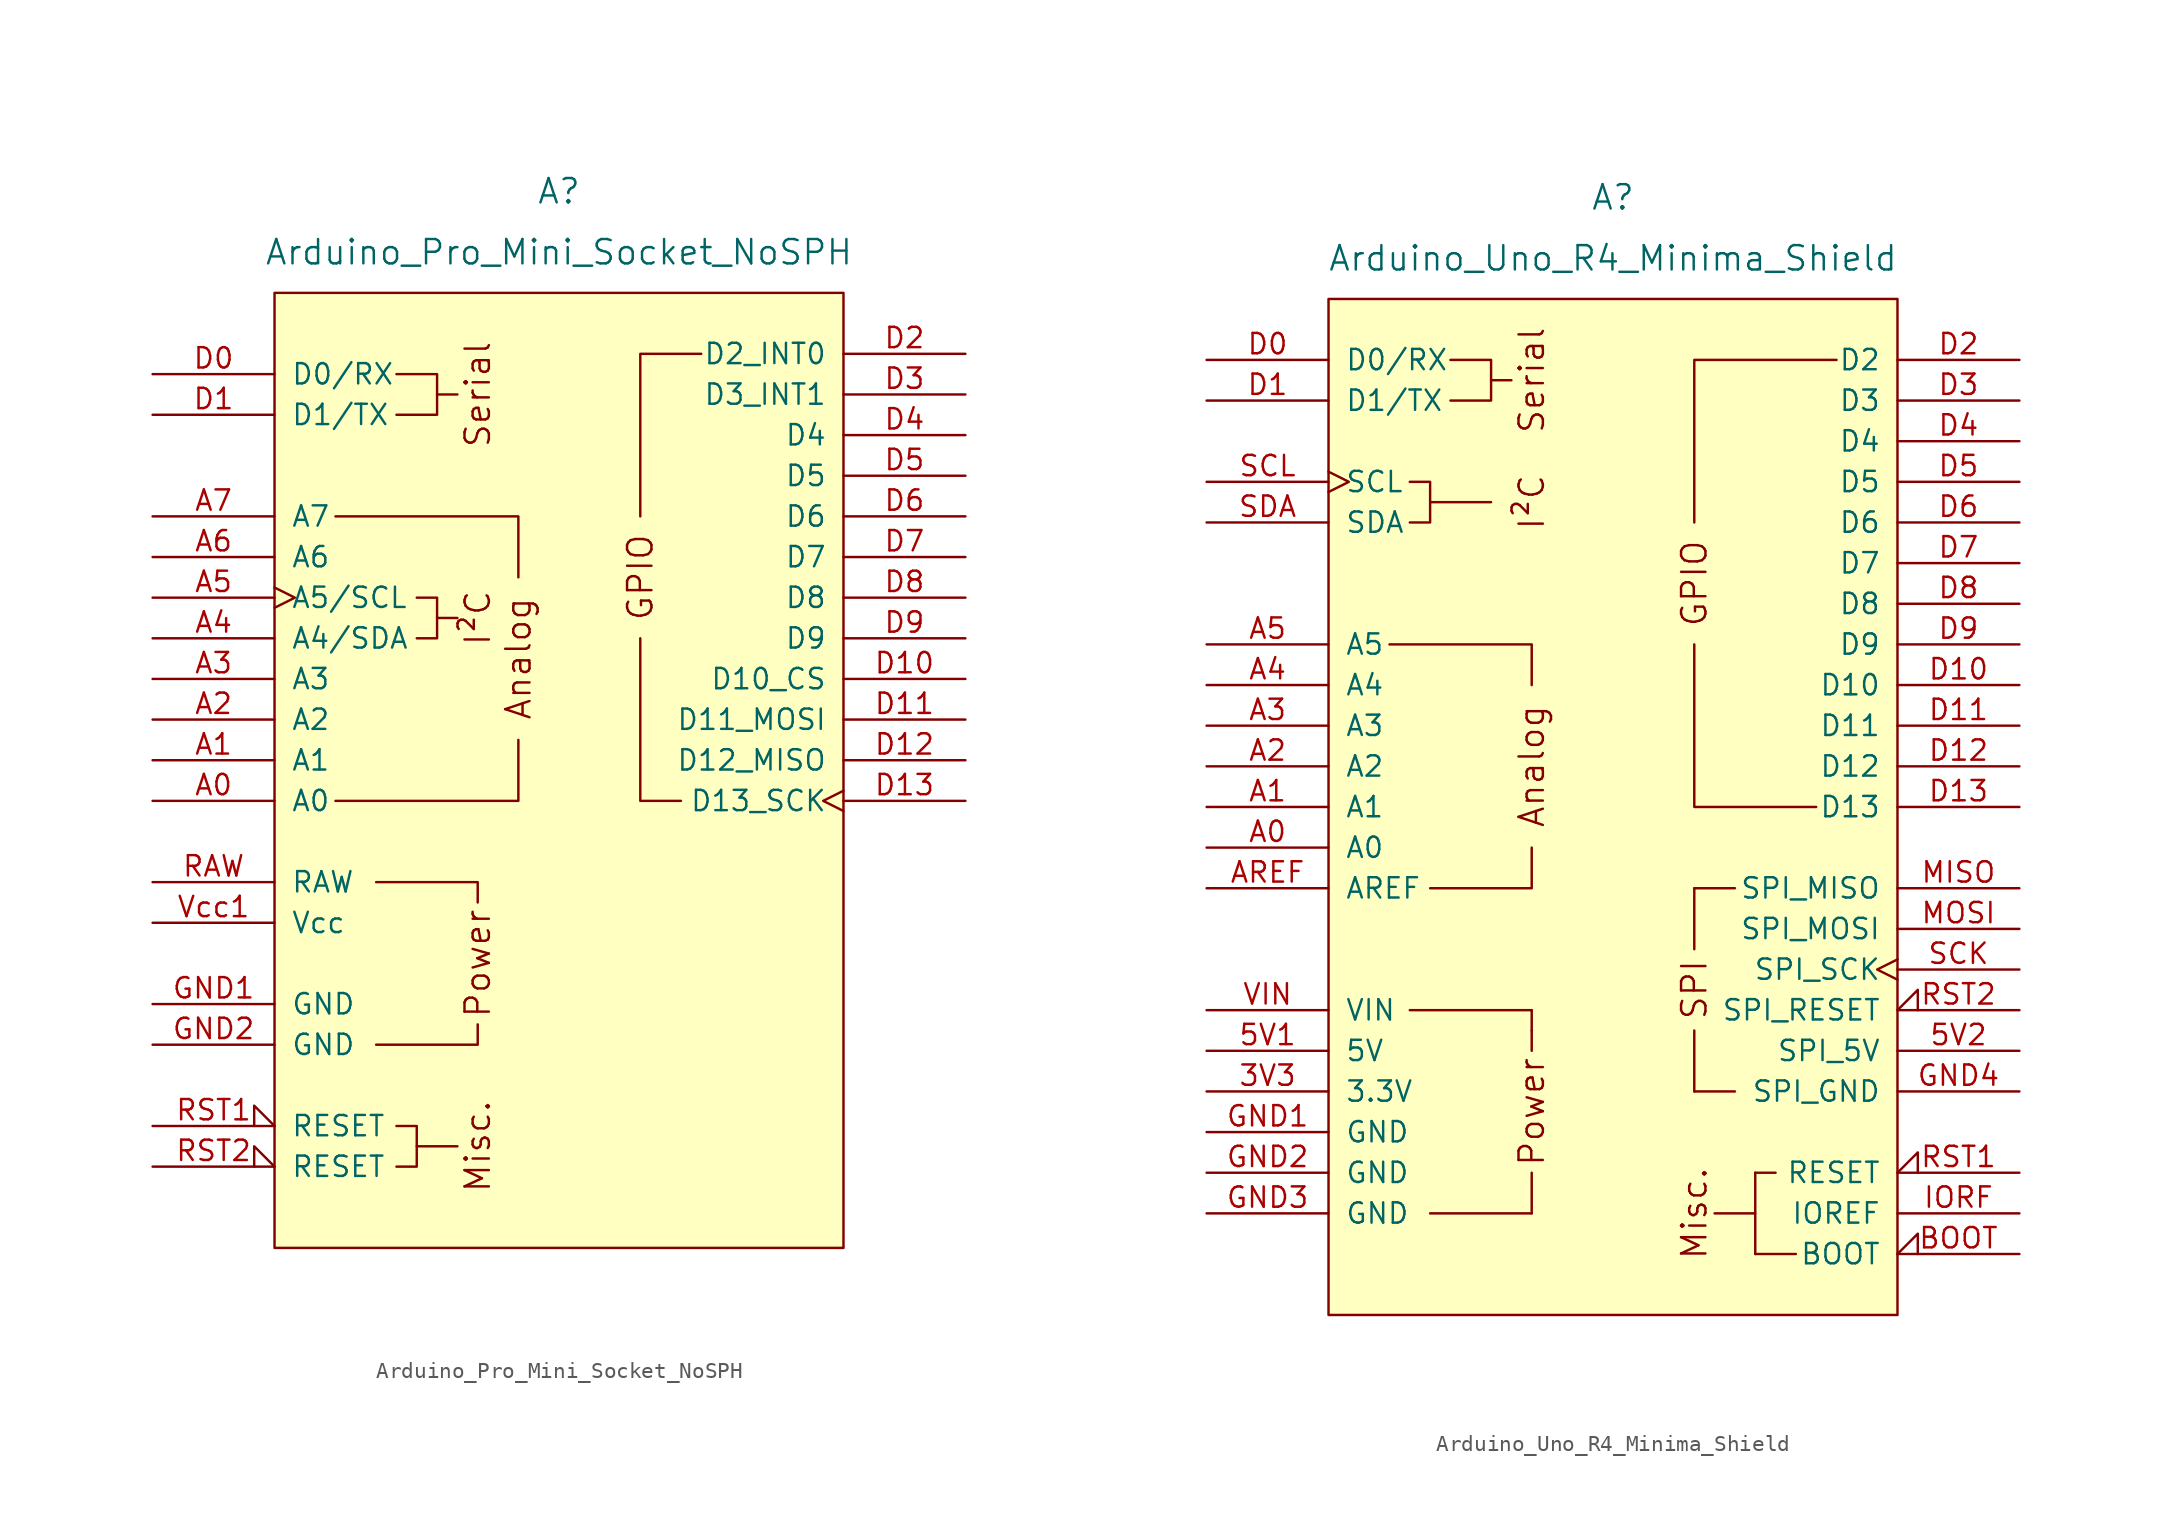
<source format=kicad_sym>
(kicad_symbol_lib
  (version 20220914)
  (generator kicad_symbol_editor)
  (symbol "Arduino_Pro_Mini_Socket_NoSPH"
    (pin_names
      (offset 1.016))
    (property "Reference" "A"
      (at 0 36.83 0)
      (effects (font (size 1.524 1.524))))
    (property "Value" "Arduino_Pro_Mini_Socket_NoSPH"
      (at 0 33.02 0)
      (effects (font (size 1.524 1.524))))
    (symbol "Arduino_Pro_Mini_Socket_NoSPH_0_0"
      (rectangle (start -17.78 30.48) (end 17.78 -29.21) (stroke (width 0) (type default)) (fill (type background)))
      (polyline (pts (xy -7.62 10.16) (xy -6.35 10.16)) (stroke (width 0) (type default)) (fill (type none)))
      (polyline (pts (xy -7.62 24.13) (xy -6.35 24.13)) (stroke (width 0) (type default)) (fill (type none)))
      (polyline (pts (xy -6.35 -22.86) (xy -8.89 -22.86)) (stroke (width 0) (type default)) (fill (type none)))
      (polyline (pts (xy -11.43 -16.51) (xy -5.08 -16.51) (xy -5.08 -15.24)) (stroke (width 0) (type default)) (fill (type none)))
      (polyline (pts (xy -5.08 -7.62) (xy -5.08 -6.35) (xy -11.43 -6.35)) (stroke (width 0) (type default)) (fill (type none)))
      (polyline (pts (xy -2.54 2.54) (xy -2.54 -1.27) (xy -13.97 -1.27)) (stroke (width 0) (type default)) (fill (type none)))
      (polyline (pts (xy -2.54 12.7) (xy -2.54 16.51) (xy -13.97 16.51)) (stroke (width 0) (type default)) (fill (type none)))
      (polyline (pts (xy -10.16 25.4) (xy -7.62 25.4) (xy -7.62 22.86) (xy -10.16 22.86)) (stroke (width 0) (type default)) (fill (type none)))
      (polyline (pts (xy -8.89 11.43) (xy -7.62 11.43) (xy -7.62 8.89) (xy -8.89 8.89)) (stroke (width 0) (type default)) (fill (type none)))
      (text "Analog" (at -2.54 7.62 900) (effects (font (size 1.524 1.524))))
      (text "I²C" (at -5.08 10.16 900) (effects (font (size 1.524 1.524))))
      (text "Misc." (at -5.08 -22.86 900) (effects (font (size 1.524 1.524))))
      (text "Power" (at -5.08 -11.43 900) (effects (font (size 1.524 1.524))))
      (text "Serial" (at -5.08 24.13 900) (effects (font (size 1.524 1.524)))))
    (symbol "Arduino_Pro_Mini_Socket_NoSPH_0_1"
      (polyline (pts (xy 7.62 -1.27) (xy 5.08 -1.27) (xy 5.08 8.89)) (stroke (width 0) (type default)) (fill (type none)))
      (polyline (pts (xy 8.89 26.67) (xy 5.08 26.67) (xy 5.08 16.51)) (stroke (width 0) (type default)) (fill (type none)))
      (polyline (pts (xy -10.16 -24.13) (xy -8.89 -24.13) (xy -8.89 -21.59) (xy -10.16 -21.59)) (stroke (width 0) (type default)) (fill (type none))))
    (symbol "Arduino_Pro_Mini_Socket_NoSPH_1_0"
      (text "GPIO" (at 5.08 12.7 900) (effects (font (size 1.524 1.524)))))
    (symbol "Arduino_Pro_Mini_Socket_NoSPH_1_1"
      (pin bidirectional line (at -25.4 -1.27 0) (length 7.62) (name "A0" (effects (font (size 1.27 1.27)))) (number "A0" (effects (font (size 1.27 1.27)))))
      (pin bidirectional line (at -25.4 1.27 0) (length 7.62) (name "A1" (effects (font (size 1.27 1.27)))) (number "A1" (effects (font (size 1.27 1.27)))))
      (pin bidirectional line (at -25.4 3.81 0) (length 7.62) (name "A2" (effects (font (size 1.27 1.27)))) (number "A2" (effects (font (size 1.27 1.27)))))
      (pin bidirectional line (at -25.4 6.35 0) (length 7.62) (name "A3" (effects (font (size 1.27 1.27)))) (number "A3" (effects (font (size 1.27 1.27)))))
      (pin bidirectional line (at -25.4 8.89 0) (length 7.62) (name "A4/SDA" (effects (font (size 1.27 1.27)))) (number "A4" (effects (font (size 1.27 1.27)))))
      (pin bidirectional clock (at -25.4 11.43 0) (length 7.62) (name "A5/SCL" (effects (font (size 1.27 1.27)))) (number "A5" (effects (font (size 1.27 1.27)))))
      (pin input line (at -25.4 13.97 0) (length 7.62) (name "A6" (effects (font (size 1.27 1.27)))) (number "A6" (effects (font (size 1.27 1.27)))))
      (pin input line (at -25.4 16.51 0) (length 7.62) (name "A7" (effects (font (size 1.27 1.27)))) (number "A7" (effects (font (size 1.27 1.27)))))
      (pin bidirectional line (at -25.4 25.4 0) (length 7.62) (name "D0/RX" (effects (font (size 1.27 1.27)))) (number "D0" (effects (font (size 1.27 1.27)))))
      (pin bidirectional line (at -25.4 22.86 0) (length 7.62) (name "D1/TX" (effects (font (size 1.27 1.27)))) (number "D1" (effects (font (size 1.27 1.27)))))
      (pin bidirectional line (at 25.4 6.35 180) (length 7.62) (name "D10_CS" (effects (font (size 1.27 1.27)))) (number "D10" (effects (font (size 1.27 1.27)))))
      (pin bidirectional line (at 25.4 3.81 180) (length 7.62) (name "D11_MOSI" (effects (font (size 1.27 1.27)))) (number "D11" (effects (font (size 1.27 1.27)))))
      (pin bidirectional line (at 25.4 1.27 180) (length 7.62) (name "D12_MISO" (effects (font (size 1.27 1.27)))) (number "D12" (effects (font (size 1.27 1.27)))))
      (pin bidirectional clock (at 25.4 -1.27 180) (length 7.62) (name "D13_SCK" (effects (font (size 1.27 1.27)))) (number "D13" (effects (font (size 1.27 1.27)))))
      (pin bidirectional line (at 25.4 26.67 180) (length 7.62) (name "D2_INT0" (effects (font (size 1.27 1.27)))) (number "D2" (effects (font (size 1.27 1.27)))))
      (pin bidirectional line (at 25.4 24.13 180) (length 7.62) (name "D3_INT1" (effects (font (size 1.27 1.27)))) (number "D3" (effects (font (size 1.27 1.27)))))
      (pin bidirectional line (at 25.4 21.59 180) (length 7.62) (name "D4" (effects (font (size 1.27 1.27)))) (number "D4" (effects (font (size 1.27 1.27)))))
      (pin bidirectional line (at 25.4 19.05 180) (length 7.62) (name "D5" (effects (font (size 1.27 1.27)))) (number "D5" (effects (font (size 1.27 1.27)))))
      (pin bidirectional line (at 25.4 16.51 180) (length 7.62) (name "D6" (effects (font (size 1.27 1.27)))) (number "D6" (effects (font (size 1.27 1.27)))))
      (pin bidirectional line (at 25.4 13.97 180) (length 7.62) (name "D7" (effects (font (size 1.27 1.27)))) (number "D7" (effects (font (size 1.27 1.27)))))
      (pin bidirectional line (at 25.4 11.43 180) (length 7.62) (name "D8" (effects (font (size 1.27 1.27)))) (number "D8" (effects (font (size 1.27 1.27)))))
      (pin bidirectional line (at 25.4 8.89 180) (length 7.62) (name "D9" (effects (font (size 1.27 1.27)))) (number "D9" (effects (font (size 1.27 1.27)))))
      (pin power_in line (at -25.4 -13.97 0) (length 7.62) (name "GND" (effects (font (size 1.27 1.27)))) (number "GND1" (effects (font (size 1.27 1.27)))))
      (pin power_in line (at -25.4 -16.51 0) (length 7.62) (name "GND" (effects (font (size 1.27 1.27)))) (number "GND2" (effects (font (size 1.27 1.27)))))
      (pin power_in line (at -25.4 -6.35 0) (length 7.62) (name "RAW" (effects (font (size 1.27 1.27)))) (number "RAW" (effects (font (size 1.27 1.27)))))
      (pin open_collector input_low (at -25.4 -21.59 0) (length 7.62) (name "RESET" (effects (font (size 1.27 1.27)))) (number "RST1" (effects (font (size 1.27 1.27)))))
      (pin open_collector input_low (at -25.4 -24.13 0) (length 7.62) (name "RESET" (effects (font (size 1.27 1.27)))) (number "RST2" (effects (font (size 1.27 1.27)))))
      (pin power_in line (at -25.4 -8.89 0) (length 7.62) (name "Vcc" (effects (font (size 1.27 1.27)))) (number "Vcc1" (effects (font (size 1.27 1.27)))))))
  (symbol "Arduino_Uno_R4_Minima_Shield"
    (pin_names
      (offset 1.016))
    (property "Reference" "A"
      (at 0 38.1 0)
      (effects (font (size 1.524 1.524))))
    (property "Value" "Arduino_Uno_R4_Minima_Shield"
      (at 0 34.29 0)
      (effects (font (size 1.524 1.524))))
    (symbol "Arduino_Uno_R4_Minima_Shield_0_0"
      (rectangle (start -17.78 31.75) (end 17.78 -31.75) (stroke (width 0) (type default)) (fill (type background)))
      (rectangle (start -12.7 -12.7) (end -5.08 -12.7) (stroke (width 0) (type default)) (fill (type none)))
      (rectangle (start -11.43 -25.4) (end -5.08 -25.4) (stroke (width 0) (type default)) (fill (type none)))
      (polyline (pts (xy -11.43 19.05) (xy -7.62 19.05)) (stroke (width 0) (type default)) (fill (type none)))
      (polyline (pts (xy -7.62 26.67) (xy -6.35 26.67)) (stroke (width 0) (type default)) (fill (type none)))
      (polyline (pts (xy -5.08 -25.4) (xy -5.08 -22.86)) (stroke (width 0) (type default)) (fill (type none)))
      (polyline (pts (xy -5.08 -13.97) (xy -5.08 -15.24)) (stroke (width 0) (type default)) (fill (type none)))
      (polyline (pts (xy -5.08 -12.7) (xy -5.08 -13.97)) (stroke (width 0) (type default)) (fill (type none)))
      (polyline (pts (xy -5.08 -2.54) (xy -5.08 -5.08) (xy -11.43 -5.08)) (stroke (width 0) (type default)) (fill (type none)))
      (polyline (pts (xy -5.08 7.62) (xy -5.08 10.16) (xy -13.97 10.16)) (stroke (width 0) (type default)) (fill (type none)))
      (polyline (pts (xy 5.08 10.16) (xy 5.08 0) (xy 12.7 0)) (stroke (width 0) (type default)) (fill (type none)))
      (polyline (pts (xy 5.08 17.78) (xy 5.08 27.94) (xy 13.97 27.94)) (stroke (width 0) (type default)) (fill (type none)))
      (polyline (pts (xy -12.7 20.32) (xy -11.43 20.32) (xy -11.43 17.78) (xy -12.7 17.78)) (stroke (width 0) (type default)) (fill (type none)))
      (polyline (pts (xy -10.16 27.94) (xy -7.62 27.94) (xy -7.62 25.4) (xy -10.16 25.4)) (stroke (width 0) (type default)) (fill (type none)))
      (rectangle (start 5.08 -17.78) (end 5.08 -13.97) (stroke (width 0) (type default)) (fill (type none)))
      (rectangle (start 5.08 -17.78) (end 7.62 -17.78) (stroke (width 0) (type default)) (fill (type none)))
      (rectangle (start 5.08 -8.89) (end 5.08 -5.08) (stroke (width 0) (type default)) (fill (type none)))
      (rectangle (start 7.62 -5.08) (end 5.08 -5.08) (stroke (width 0) (type default)) (fill (type none)))
      (rectangle (start 8.89 -27.94) (end 11.43 -27.94) (stroke (width 0) (type default)) (fill (type none)))
      (rectangle (start 8.89 -25.4) (end 6.35 -25.4) (stroke (width 0) (type default)) (fill (type none)))
      (rectangle (start 8.89 -22.86) (end 8.89 -27.94) (stroke (width 0) (type default)) (fill (type none)))
      (rectangle (start 10.16 -22.86) (end 8.89 -22.86) (stroke (width 0) (type default)) (fill (type none)))
      (text "Analog" (at -5.08 2.54 900) (effects (font (size 1.524 1.524))))
      (text "I²C" (at -5.08 19.05 900) (effects (font (size 1.524 1.524))))
      (text "Misc." (at 5.08 -25.4 900) (effects (font (size 1.524 1.524))))
      (text "Power" (at -5.08 -19.05 900) (effects (font (size 1.524 1.524))))
      (text "Serial" (at -5.08 26.67 900) (effects (font (size 1.524 1.524))))
      (text "SPI" (at 5.08 -11.43 900) (effects (font (size 1.524 1.524)))))
    (symbol "Arduino_Uno_R4_Minima_Shield_1_0"
      (text "GPIO" (at 5.08 13.97 900) (effects (font (size 1.524 1.524)))))
    (symbol "Arduino_Uno_R4_Minima_Shield_1_1"
      (pin power_out line (at -25.4 -17.78 0) (length 7.62) (name "3.3V" (effects (font (size 1.27 1.27)))) (number "3V3" (effects (font (size 1.27 1.27)))))
      (pin power_in line (at -25.4 -15.24 0) (length 7.62) (name "5V" (effects (font (size 1.27 1.27)))) (number "5V1" (effects (font (size 1.27 1.27)))))
      (pin power_in line (at 25.4 -15.24 180) (length 7.62) (name "SPI_5V" (effects (font (size 1.27 1.27)))) (number "5V2" (effects (font (size 1.27 1.27)))))
      (pin bidirectional line (at -25.4 -2.54 0) (length 7.62) (name "A0" (effects (font (size 1.27 1.27)))) (number "A0" (effects (font (size 1.27 1.27)))))
      (pin bidirectional line (at -25.4 0 0) (length 7.62) (name "A1" (effects (font (size 1.27 1.27)))) (number "A1" (effects (font (size 1.27 1.27)))))
      (pin bidirectional line (at -25.4 2.54 0) (length 7.62) (name "A2" (effects (font (size 1.27 1.27)))) (number "A2" (effects (font (size 1.27 1.27)))))
      (pin bidirectional line (at -25.4 5.08 0) (length 7.62) (name "A3" (effects (font (size 1.27 1.27)))) (number "A3" (effects (font (size 1.27 1.27)))))
      (pin bidirectional line (at -25.4 7.62 0) (length 7.62) (name "A4" (effects (font (size 1.27 1.27)))) (number "A4" (effects (font (size 1.27 1.27)))))
      (pin bidirectional line (at -25.4 10.16 0) (length 7.62) (name "A5" (effects (font (size 1.27 1.27)))) (number "A5" (effects (font (size 1.27 1.27)))))
      (pin input line (at -25.4 -5.08 0) (length 7.62) (name "AREF" (effects (font (size 1.27 1.27)))) (number "AREF" (effects (font (size 1.27 1.27)))))
      (pin input input_low (at 25.4 -27.94 180) (length 7.62) (name "BOOT" (effects (font (size 1.27 1.27)))) (number "BOOT" (effects (font (size 1.27 1.27)))))
      (pin bidirectional line (at -25.4 27.94 0) (length 7.62) (name "D0/RX" (effects (font (size 1.27 1.27)))) (number "D0" (effects (font (size 1.27 1.27)))))
      (pin bidirectional line (at -25.4 25.4 0) (length 7.62) (name "D1/TX" (effects (font (size 1.27 1.27)))) (number "D1" (effects (font (size 1.27 1.27)))))
      (pin bidirectional line (at 25.4 7.62 180) (length 7.62) (name "D10" (effects (font (size 1.27 1.27)))) (number "D10" (effects (font (size 1.27 1.27)))))
      (pin bidirectional line (at 25.4 5.08 180) (length 7.62) (name "D11" (effects (font (size 1.27 1.27)))) (number "D11" (effects (font (size 1.27 1.27)))))
      (pin bidirectional line (at 25.4 2.54 180) (length 7.62) (name "D12" (effects (font (size 1.27 1.27)))) (number "D12" (effects (font (size 1.27 1.27)))))
      (pin bidirectional line (at 25.4 0 180) (length 7.62) (name "D13" (effects (font (size 1.27 1.27)))) (number "D13" (effects (font (size 1.27 1.27)))))
      (pin bidirectional line (at 25.4 27.94 180) (length 7.62) (name "D2" (effects (font (size 1.27 1.27)))) (number "D2" (effects (font (size 1.27 1.27)))))
      (pin bidirectional line (at 25.4 25.4 180) (length 7.62) (name "D3" (effects (font (size 1.27 1.27)))) (number "D3" (effects (font (size 1.27 1.27)))))
      (pin bidirectional line (at 25.4 22.86 180) (length 7.62) (name "D4" (effects (font (size 1.27 1.27)))) (number "D4" (effects (font (size 1.27 1.27)))))
      (pin bidirectional line (at 25.4 20.32 180) (length 7.62) (name "D5" (effects (font (size 1.27 1.27)))) (number "D5" (effects (font (size 1.27 1.27)))))
      (pin bidirectional line (at 25.4 17.78 180) (length 7.62) (name "D6" (effects (font (size 1.27 1.27)))) (number "D6" (effects (font (size 1.27 1.27)))))
      (pin bidirectional line (at 25.4 15.24 180) (length 7.62) (name "D7" (effects (font (size 1.27 1.27)))) (number "D7" (effects (font (size 1.27 1.27)))))
      (pin bidirectional line (at 25.4 12.7 180) (length 7.62) (name "D8" (effects (font (size 1.27 1.27)))) (number "D8" (effects (font (size 1.27 1.27)))))
      (pin bidirectional line (at 25.4 10.16 180) (length 7.62) (name "D9" (effects (font (size 1.27 1.27)))) (number "D9" (effects (font (size 1.27 1.27)))))
      (pin power_in line (at -25.4 -20.32 0) (length 7.62) (name "GND" (effects (font (size 1.27 1.27)))) (number "GND1" (effects (font (size 1.27 1.27)))))
      (pin power_in line (at -25.4 -22.86 0) (length 7.62) (name "GND" (effects (font (size 1.27 1.27)))) (number "GND2" (effects (font (size 1.27 1.27)))))
      (pin power_in line (at -25.4 -25.4 0) (length 7.62) (name "GND" (effects (font (size 1.27 1.27)))) (number "GND3" (effects (font (size 1.27 1.27)))))
      (pin power_in line (at 25.4 -17.78 180) (length 7.62) (name "SPI_GND" (effects (font (size 1.27 1.27)))) (number "GND4" (effects (font (size 1.27 1.27)))))
      (pin output line (at 25.4 -25.4 180) (length 7.62) (name "IOREF" (effects (font (size 1.27 1.27)))) (number "IORF" (effects (font (size 1.27 1.27)))))
      (pin input line (at 25.4 -5.08 180) (length 7.62) (name "SPI_MISO" (effects (font (size 1.27 1.27)))) (number "MISO" (effects (font (size 1.27 1.27)))))
      (pin output line (at 25.4 -7.62 180) (length 7.62) (name "SPI_MOSI" (effects (font (size 1.27 1.27)))) (number "MOSI" (effects (font (size 1.27 1.27)))))
      (pin open_collector input_low (at 25.4 -22.86 180) (length 7.62) (name "RESET" (effects (font (size 1.27 1.27)))) (number "RST1" (effects (font (size 1.27 1.27)))))
      (pin open_collector input_low (at 25.4 -12.7 180) (length 7.62) (name "SPI_RESET" (effects (font (size 1.27 1.27)))) (number "RST2" (effects (font (size 1.27 1.27)))))
      (pin output clock (at 25.4 -10.16 180) (length 7.62) (name "SPI_SCK" (effects (font (size 1.27 1.27)))) (number "SCK" (effects (font (size 1.27 1.27)))))
      (pin bidirectional clock (at -25.4 20.32 0) (length 7.62) (name "SCL" (effects (font (size 1.27 1.27)))) (number "SCL" (effects (font (size 1.27 1.27)))))
      (pin bidirectional line (at -25.4 17.78 0) (length 7.62) (name "SDA" (effects (font (size 1.27 1.27)))) (number "SDA" (effects (font (size 1.27 1.27)))))
      (pin power_in line (at -25.4 -12.7 0) (length 7.62) (name "VIN" (effects (font (size 1.27 1.27)))) (number "VIN" (effects (font (size 1.27 1.27))))))))
</source>
